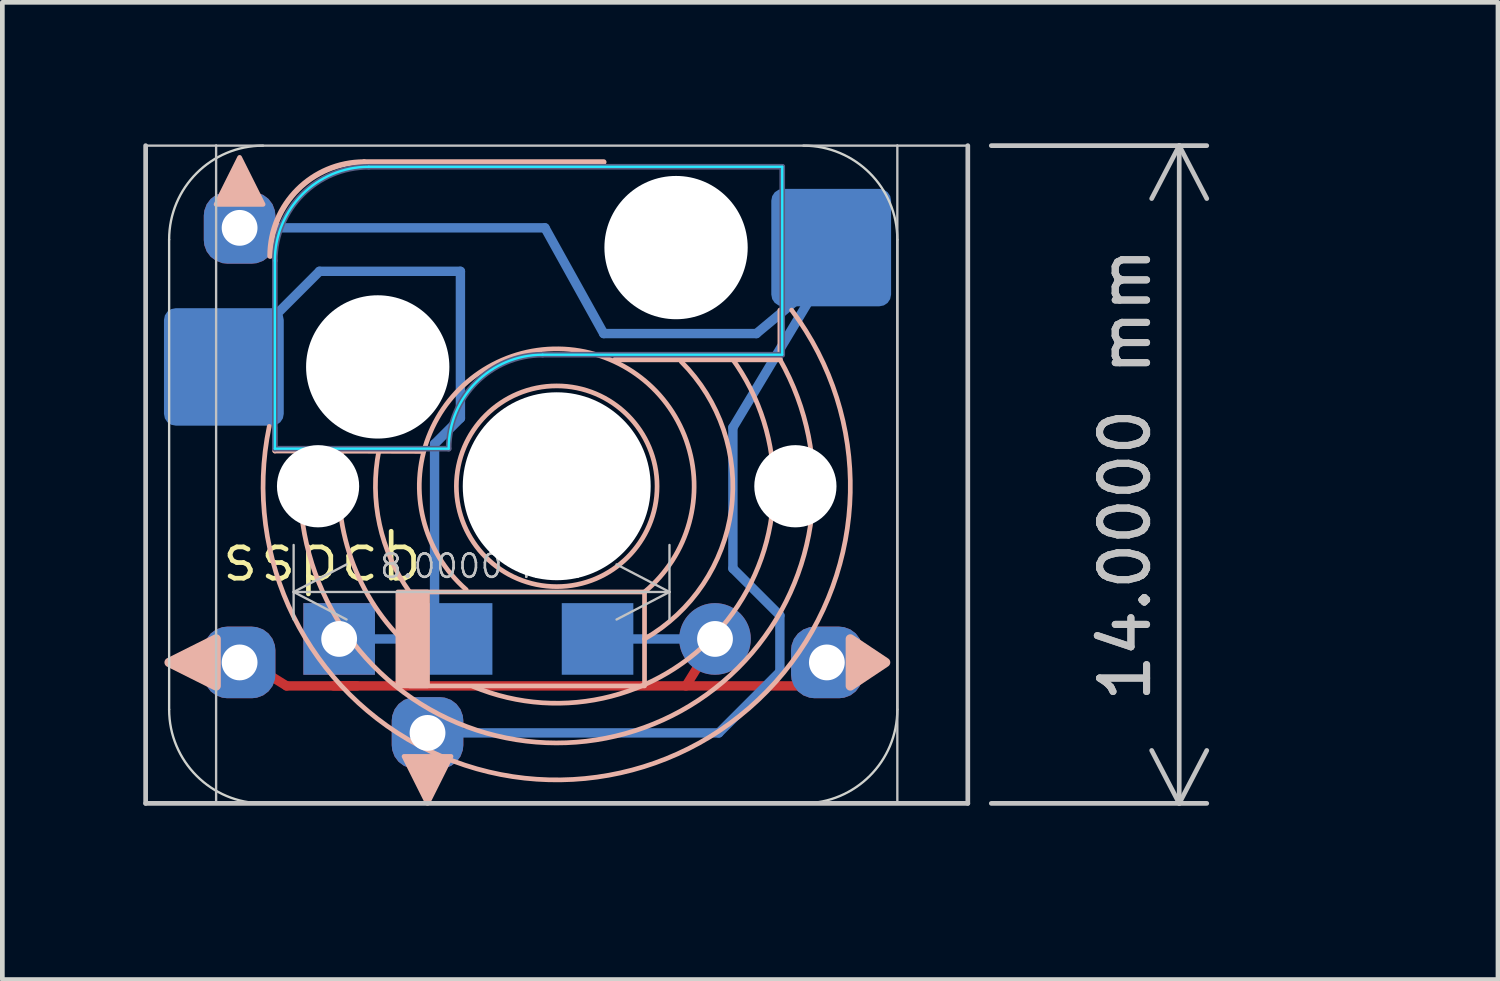
<source format=kicad_pcb>
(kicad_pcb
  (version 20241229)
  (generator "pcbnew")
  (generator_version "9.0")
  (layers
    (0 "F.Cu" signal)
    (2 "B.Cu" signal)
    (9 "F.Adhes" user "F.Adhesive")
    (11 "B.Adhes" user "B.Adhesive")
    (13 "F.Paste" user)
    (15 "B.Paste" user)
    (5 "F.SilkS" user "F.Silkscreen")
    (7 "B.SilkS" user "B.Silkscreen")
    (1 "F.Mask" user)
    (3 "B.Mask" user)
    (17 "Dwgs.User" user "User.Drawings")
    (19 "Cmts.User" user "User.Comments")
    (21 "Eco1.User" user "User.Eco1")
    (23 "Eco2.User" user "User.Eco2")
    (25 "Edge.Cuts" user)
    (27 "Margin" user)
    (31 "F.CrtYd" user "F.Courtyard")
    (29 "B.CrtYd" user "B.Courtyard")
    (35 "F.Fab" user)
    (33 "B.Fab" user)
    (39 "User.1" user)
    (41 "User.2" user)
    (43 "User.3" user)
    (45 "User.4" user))
  (footprint "sspcb"
    (layer "F.Cu")
    (at 1.55 14.55)
    (property "Reference" "sspcb" (at 2.25 -5.75 0) (unlocked yes) (layer "F.SilkS") (effects (font (size 1 1) (thickness 0.1))))
    (attr through_hole)
    (fp_line (start 1.5 -3) (end 0.5 -3.619) (stroke (width 0.2) (type default)) (layer "F.Cu"))
    (fp_line (start 2.5 -3) (end 13 -3) (stroke (width 0.2) (type default)) (layer "F.Cu"))
    (fp_line (start 3 -3) (end 1.5 -3) (stroke (width 0.2) (type default)) (layer "F.Cu"))
    (fp_line (start 10.619 -4) (end 10 -3) (stroke (width 0.2) (type default)) (layer "F.Cu"))
    (fp_line (start 13 -3) (end 13 -4) (stroke (width 0.2) (type default)) (layer "F.Cu"))
    (fp_line (start 0 -12.75) (end 7 -12.75) (stroke (width 0.2) (type default)) (layer "B.Cu"))
    (fp_line (start 0.165 -9.79) (end 2.2 -11.825) (stroke (width 0.2) (type default)) (layer "B.Cu"))
    (fp_line (start 2.2 -11.825) (end 5.2 -11.825) (stroke (width 0.2) (type default)) (layer "B.Cu"))
    (fp_line (start 2.619 -4) (end 5.119 -4) (stroke (width 0.2) (type default)) (layer "B.Cu"))
    (fp_line (start 4.65 -8.15) (end 4.65 -4) (stroke (width 0.2) (type default)) (layer "B.Cu"))
    (fp_line (start 5.2 -11.825) (end 5.2 -8.7) (stroke (width 0.2) (type default)) (layer "B.Cu"))
    (fp_line (start 5.2 -8.7) (end 4.65 -8.15) (stroke (width 0.2) (type default)) (layer "B.Cu"))
    (fp_line (start 7 -12.75) (end 8.25 -10.5) (stroke (width 0.2) (type default)) (layer "B.Cu"))
    (fp_line (start 8.119 -4) (end 10.619 -4) (stroke (width 0.2) (type default)) (layer "B.Cu"))
    (fp_line (start 8.25 -10.5) (end 11.5 -10.5) (stroke (width 0.2) (type default)) (layer "B.Cu"))
    (fp_line (start 10.7 -2) (end 4.5 -2) (stroke (width 0.2) (type default)) (layer "B.Cu"))
    (fp_line (start 11 -8.5) (end 11 -5.5) (stroke (width 0.2) (type default)) (layer "B.Cu"))
    (fp_line (start 11 -5.5) (end 12 -4.5) (stroke (width 0.2) (type default)) (layer "B.Cu"))
    (fp_line (start 11.5 -10.5) (end 13 -11.75) (stroke (width 0.2) (type default)) (layer "B.Cu"))
    (fp_line (start 12 -4.5) (end 12 -3.3) (stroke (width 0.2) (type default)) (layer "B.Cu"))
    (fp_line (start 12 -3.3) (end 10.7 -2) (stroke (width 0.2) (type default)) (layer "B.Cu"))
    (fp_line (start 13.25 -12.25) (end 11 -8.5) (stroke (width 0.2) (type default)) (layer "B.Cu"))
    (fp_line (start 1.25 -8) (end 1.25 -8.5) (stroke (width 0.1) (type default)) (layer "B.SilkS"))
    (fp_line (start 3.15 -14.15) (end 8.25 -14.15) (stroke (width 0.12) (type solid)) (layer "B.SilkS"))
    (fp_line (start 4.392 -7.991) (end 1.25 -8) (stroke (width 0.1) (type default)) (layer "B.SilkS"))
    (fp_line (start 8.5 -9.95) (end 12 -9.95) (stroke (width 0.12) (type solid)) (layer "B.SilkS"))
    (fp_line (start 12 -9.95) (end 12 -11) (stroke (width 0.1) (type default)) (layer "B.SilkS"))
    (fp_rect (start 3.869 -5) (end 4.5 -3) (stroke (width 0.1) (type solid)) (fill yes) (layer "B.SilkS"))
    (fp_rect (start 4.119 -5) (end 9.119 -3) (stroke (width 0.1) (type default)) (fill no) (layer "B.SilkS"))
    (fp_arc (start 1.15 -12.15) (mid 1.735786 -13.564214) (end 3.15 -14.15) (stroke (width 0.12) (type solid)) (layer "B.SilkS"))
    (fp_arc (start 4.119 -5) (mid 3.479323 -6.435462) (end 3.465052 -8.006938) (stroke (width 0.1) (type default)) (layer "B.SilkS"))
    (fp_arc (start 4.125167 -3.822271) (mid 2.875962 -5.706726) (end 2.666024 -7.957861) (stroke (width 0.1) (type default)) (layer "B.SilkS"))
    (fp_arc (start 5.32387 -5.048709) (mid 7.287538 -10.174765) (end 9.119 -5) (stroke (width 0.1) (type default)) (layer "B.SilkS"))
    (fp_arc (start 9.901006 -9.901006) (mid 10.966596 -6.757474) (end 9.119 -4) (stroke (width 0.1) (type default)) (layer "B.SilkS"))
    (fp_arc (start 10.97427 -9.981129) (mid 10.878075 -4.392322) (end 5.467319 -2.989566) (stroke (width 0.1) (type default)) (layer "B.SilkS"))
    (fp_arc (start 12 -9.95) (mid 8.297518 -1.887612) (end 1.833102 -7.963943) (stroke (width 0.1) (type default)) (layer "B.SilkS"))
    (fp_arc (start 12.25 -11) (mid 8.608158 -1.149352) (end 1.131372 -8.524714) (stroke (width 0.1) (type default)) (layer "B.SilkS"))
    (fp_circle (center 7.25 -7.25) (end 9.386 -7.25) (stroke (width 0.1) (type default)) (fill no) (layer "B.SilkS"))
    (fp_poly (pts (xy 0 -13.25) (xy 1 -13.25) (xy 0.5 -14.25)) (stroke (width 0.1) (type solid)) (fill yes) (layer "B.SilkS"))
    (fp_poly (pts (xy 0 -4) (xy 0 -3) (xy -1 -3.5)) (stroke (width 0.2) (type solid)) (fill yes) (layer "B.SilkS"))
    (fp_poly (pts (xy 4 -1.5) (xy 5 -1.5) (xy 4.5 -0.5)) (stroke (width 0.1) (type solid)) (fill yes) (layer "B.SilkS"))
    (fp_poly (pts (xy 13.5 -4) (xy 13.5 -3) (xy 14.25 -3.5)) (stroke (width 0.2) (type solid)) (fill yes) (layer "B.SilkS"))
    (fp_line (start -1.5 -14.5) (end -1.5 -0.5) (stroke (width 0.1) (type default)) (layer "Dwgs.User"))
    (fp_line (start -1.5 -0.5) (end 16 -0.5) (stroke (width 0.1) (type default)) (layer "Dwgs.User"))
    (fp_line (start 0 -14.5) (end -1.5 -14.5) (stroke (width 0.05) (type default)) (layer "Dwgs.User"))
    (fp_line (start 0 -14.5) (end 0 -0.5) (stroke (width 0.05) (type solid)) (layer "Dwgs.User"))
    (fp_line (start 14.5 -14.5) (end 0 -14.5) (stroke (width 0.05) (type solid)) (layer "Dwgs.User"))
    (fp_line (start 14.5 -14.5) (end 16 -14.5) (stroke (width 0.05) (type default)) (layer "Dwgs.User"))
    (fp_line (start 14.5 -0.5) (end 14.5 -14.5) (stroke (width 0.05) (type solid)) (layer "Dwgs.User"))
    (fp_line (start 16 -14.5) (end 16 -0.5) (stroke (width 0.1) (type default)) (layer "Dwgs.User"))
    (fp_line (start -1 -12.5) (end -1 -2.5) (stroke (width 0.05) (type default)) (layer "Edge.Cuts"))
    (fp_line (start 14.5 -12.5) (end 14.5 -2.5) (stroke (width 0.05) (type default)) (layer "Edge.Cuts"))
    (fp_arc (start -1 -12.5) (mid -0.414214 -13.914214) (end 1 -14.5) (stroke (width 0.05) (type default)) (layer "Edge.Cuts"))
    (fp_arc (start 1 -0.5) (mid -0.414214 -1.085786) (end -1 -2.5) (stroke (width 0.05) (type default)) (layer "Edge.Cuts"))
    (fp_arc (start 12.5 -14.5) (mid 13.914214 -13.914214) (end 14.5 -12.5) (stroke (width 0.05) (type default)) (layer "Edge.Cuts"))
    (fp_arc (start 14.5 -2.5) (mid 13.914214 -1.085786) (end 12.5 -0.5) (stroke (width 0.05) (type default)) (layer "Edge.Cuts"))
    (fp_line (start 1.25 -8.05) (end 1.25 -12.05) (stroke (width 0.05) (type solid)) (layer "B.CrtYd"))
    (fp_line (start 1.25 -8.05) (end 4.95 -8.05) (stroke (width 0.05) (type solid)) (layer "B.CrtYd"))
    (fp_line (start 3.25 -14.05) (end 12.05 -14.05) (stroke (width 0.05) (type solid)) (layer "B.CrtYd"))
    (fp_line (start 6.95 -10.05) (end 12.05 -10.05) (stroke (width 0.05) (type solid)) (layer "B.CrtYd"))
    (fp_line (start 12.05 -14.05) (end 12.05 -10.05) (stroke (width 0.05) (type solid)) (layer "B.CrtYd"))
    (fp_arc (start 1.25 -12.05) (mid 1.835786 -13.464214) (end 3.25 -14.05) (stroke (width 0.05) (type solid)) (layer "B.CrtYd"))
    (fp_arc (start 4.95 -8.05) (mid 5.535786 -9.464214) (end 6.95 -10.05) (stroke (width 0.05) (type solid)) (layer "B.CrtYd"))
    (fp_line (start 1.25 -8.05) (end 1.25 -12.05) (stroke (width 0.12) (type solid)) (layer "B.Fab"))
    (fp_line (start 1.25 -8.05) (end 4.95 -8.05) (stroke (width 0.12) (type solid)) (layer "B.Fab"))
    (fp_line (start 3.25 -14.05) (end 12.05 -14.05) (stroke (width 0.12) (type solid)) (layer "B.Fab"))
    (fp_line (start 6.95 -10.05) (end 12.05 -10.05) (stroke (width 0.12) (type solid)) (layer "B.Fab"))
    (fp_line (start 12.05 -14.05) (end 12.05 -10.05) (stroke (width 0.12) (type solid)) (layer "B.Fab"))
    (fp_arc (start 1.25 -12.05) (mid 1.835786 -13.464214) (end 3.25 -14.05) (stroke (width 0.12) (type solid)) (layer "B.Fab"))
    (fp_arc (start 4.95 -8.05) (mid 5.535786 -9.464214) (end 6.95 -10.05) (stroke (width 0.12) (type solid)) (layer "B.Fab"))
    (dimension (type aligned) (layer "Dwgs.User") (pts (xy 17.55 0.05) (xy 17.55 14.05)) (height -4.5) (format (prefix "") (suffix "") (units 3) (units_format 1) (precision 4)) (style (thickness 0.1) (arrow_length 1.27) (text_position_mode 0) (arrow_direction outward) (extension_height 0.586) (extension_offset 0.5) (keep_text_aligned yes)) (gr_text "14.0000 mm" (at 20.9 7.05 90) (layer "Dwgs.User") (effects (font (size 1 1) (thickness 0.15)))))
    (dimension (type aligned) (layer "Dwgs.User") (pts (xy 3.2 8.05) (xy 11.2 8.05)) (height 1.5) (format (prefix "") (suffix "") (units 3) (units_format 1) (precision 4)) (style (thickness 0.05) (arrow_length 1.27) (text_position_mode 0) (arrow_direction outward) (extension_height 0.586) (extension_offset 0.5) (keep_text_aligned yes)) (gr_text "8.0000 mm" (at 7.2 9 0) (layer "Dwgs.User") (effects (font (size 0.5 0.5) (thickness 0.05)))))
    (pad "" np_thru_hole circle (at 2.17 -7.25) (size 1.75 1.75) (drill 1.75) (layers "*.Cu" "*.Mask"))
    (pad "" np_thru_hole circle (at 3.44 -9.79) (size 3.05 3.05) (drill 3.05) (layers "*.Cu" "*.Mask"))
    (pad "" np_thru_hole circle (at 7.25 -7.25) (size 4 4) (drill 4) (layers "*.Cu" "*.Mask"))
    (pad "" np_thru_hole circle (at 9.79 -12.33) (size 3.05 3.05) (drill 3.05) (layers "*.Cu" "*.Mask"))
    (pad "" np_thru_hole circle (at 12.33 -7.25) (size 1.75 1.75) (drill 1.75) (layers "*.Cu" "*.Mask"))
    (pad "1" smd roundrect (at 0.165 -9.79) (size 2.55 2.5) (layers "B.Cu" "B.Mask" "B.Paste") (roundrect_rratio 0.1))
    (pad "1" thru_hole rect (at 2.619 -4) (size 1.524 1.524) (drill 0.762) (layers "*.Cu" "*.Mask"))
    (pad "2" thru_hole circle (at 10.619 -4) (size 1.524 1.524) (drill 0.762) (layers "*.Cu" "*.Mask"))
    (pad "2" smd roundrect (at 13.092 -12.33) (size 2.55 2.5) (layers "B.Cu" "B.Mask" "B.Paste") (roundrect_rratio 0.1))
    (pad "3" smd rect (at 8.119 -4) (size 1.524 1.524) (layers "B.Cu" "B.Mask" "B.Paste"))
    (pad "4" smd rect (at 5.119 -4) (size 1.524 1.524) (layers "B.Cu" "B.Mask" "B.Paste"))
    (pad "5" thru_hole roundrect (at 0.5 -12.75) (size 1.524 1.524) (drill 0.762) (layers "*.Cu" "*.Mask") (roundrect_rratio 0.328))
    (pad "7" thru_hole roundrect (at 13 -3.5) (size 1.524 1.524) (drill 0.762) (layers "*.Cu" "*.Mask") (roundrect_rratio 0.328))
    (pad "8" thru_hole roundrect (at 0.5 -3.5) (size 1.524 1.524) (drill 0.762) (layers "*.Cu" "*.Mask") (roundrect_rratio 0.328))
    (pad "9" thru_hole roundrect (at 4.5 -2) (size 1.524 1.524) (drill 0.762) (layers "*.Cu" "*.Mask") (roundrect_rratio 0.328)))
  (gr_rect
    (start -3 -3)
    (end 28.835 17.8)
    (stroke (width 0.1) (type default))
    (fill no)
    (layer "Edge.Cuts")))
</source>
